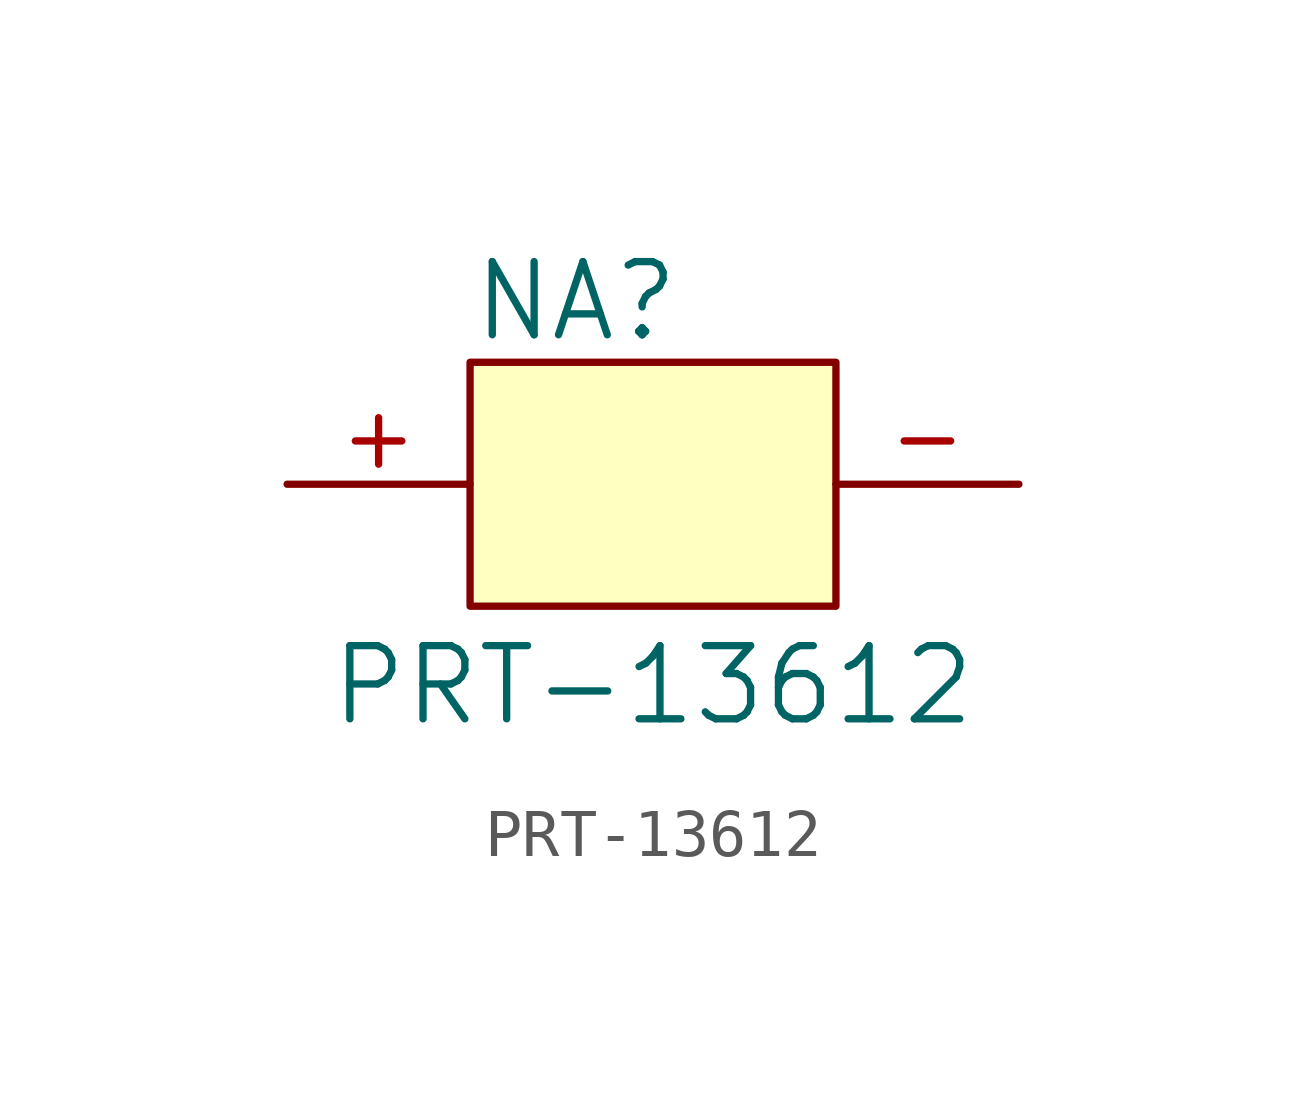
<source format=kicad_sym>
(kicad_symbol_lib
  (version 20231120)
  (generator "kicad_symbol_editor")
  (generator_version "8.0")
  (symbol "PRT-13612"
    (pin_names
      (offset 1.016))
    (property "Reference" "NA"
      (at -3.81 3.81 0)
      (effects (font (size 1.524 1.524)) (justify left)))
    (property "Value" "PRT-13612"
      (at 0 -5.08 0)
      (effects (font (size 1.524 1.524)) (justify bottom)))
    (symbol "PRT-13612_0_1"
      (rectangle (start -3.81 2.54) (end 3.81 -2.54) (stroke (width 0) (type solid)) (fill (type background))))
    (symbol "PRT-13612_1_1"
      (pin input line (at -7.62 0 0) (length 3.81) (name "~" (effects (font (size 1.27 1.27)))) (number "+" (effects (font (size 1.27 1.27)))))
      (pin input line (at 7.62 0 180) (length 3.81) (name "~" (effects (font (size 1.27 1.27)))) (number "-" (effects (font (size 1.27 1.27))))))))
</source>
